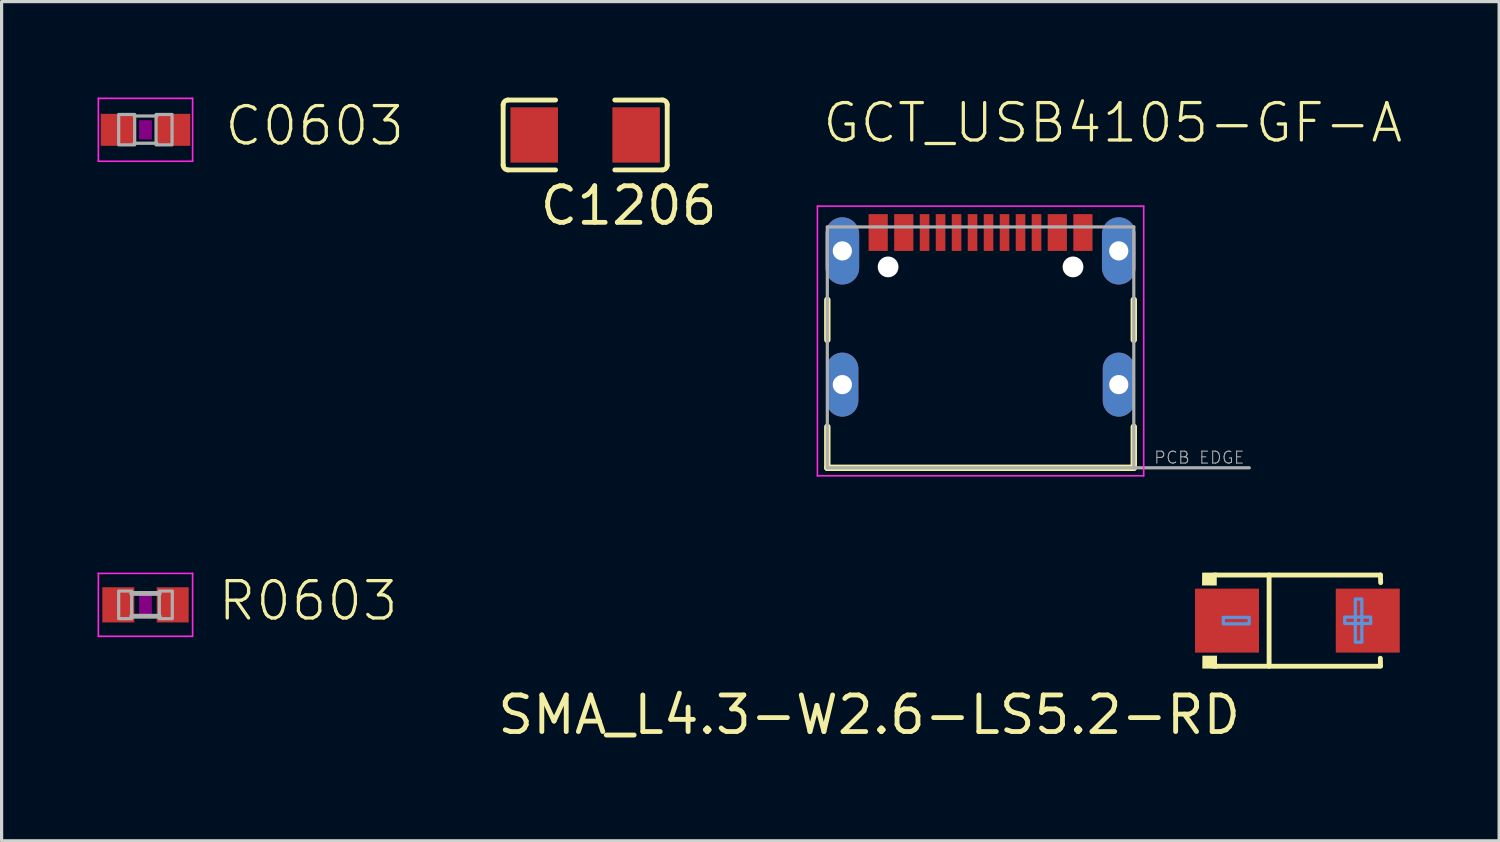
<source format=kicad_pcb>
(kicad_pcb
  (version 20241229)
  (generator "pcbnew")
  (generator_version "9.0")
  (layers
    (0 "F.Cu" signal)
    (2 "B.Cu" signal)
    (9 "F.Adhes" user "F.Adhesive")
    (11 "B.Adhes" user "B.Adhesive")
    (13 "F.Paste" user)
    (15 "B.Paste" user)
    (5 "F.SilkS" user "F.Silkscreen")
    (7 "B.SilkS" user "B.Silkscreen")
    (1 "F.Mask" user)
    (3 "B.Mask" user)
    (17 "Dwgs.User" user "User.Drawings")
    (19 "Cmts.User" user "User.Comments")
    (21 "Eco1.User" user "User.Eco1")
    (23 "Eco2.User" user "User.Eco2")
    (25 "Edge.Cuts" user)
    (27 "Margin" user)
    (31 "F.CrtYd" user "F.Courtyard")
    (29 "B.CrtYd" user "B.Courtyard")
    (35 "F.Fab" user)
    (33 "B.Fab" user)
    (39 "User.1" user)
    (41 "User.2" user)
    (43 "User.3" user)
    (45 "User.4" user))
  (footprint "C0603"
    (layer "F.Cu")
    (at 1.498 1.008)
    (property "Reference" "C0603" (at 2.413 0.559 0) (layer "F.SilkS") (effects (font (size 1.168 1.168) (thickness 0.102)) (justify left bottom)))
    (fp_poly (pts (xy -0.2 0.3) (xy 0.2 0.3) (xy 0.2 -0.3) (xy -0.2 -0.3)) (stroke (width 0) (type solid)) (fill yes) (layer "F.Adhes"))
    (fp_line (start -1.473 -0.983) (end 1.473 -0.983) (stroke (width 0.051) (type solid)) (layer "F.CrtYd"))
    (fp_line (start -1.473 0.983) (end -1.473 -0.983) (stroke (width 0.051) (type solid)) (layer "F.CrtYd"))
    (fp_line (start 1.473 -0.983) (end 1.473 0.983) (stroke (width 0.051) (type solid)) (layer "F.CrtYd"))
    (fp_line (start 1.473 0.983) (end -1.473 0.983) (stroke (width 0.051) (type solid)) (layer "F.CrtYd"))
    (fp_line (start -0.356 -0.432) (end 0.356 -0.432) (stroke (width 0.102) (type solid)) (layer "F.Fab"))
    (fp_line (start -0.356 0.419) (end 0.356 0.419) (stroke (width 0.102) (type solid)) (layer "F.Fab"))
    (fp_poly (pts (xy -0.838 0.47) (xy -0.338 0.47) (xy -0.338 -0.48) (xy -0.838 -0.48)) (stroke (width 0.1) (type solid)) (fill no) (layer "F.Fab"))
    (fp_poly (pts (xy 0.33 0.47) (xy 0.83 0.47) (xy 0.83 -0.48) (xy 0.33 -0.48)) (stroke (width 0.1) (type solid)) (fill no) (layer "F.Fab"))
    (pad "1" smd rect (at -0.85 0) (size 1.1 1) (layers "F.Cu" "F.Mask" "F.Paste"))
    (pad "2" smd rect (at 0.85 0) (size 1.1 1) (layers "F.Cu" "F.Mask" "F.Paste")))
  (footprint "SMA_L4.3-W2.6-LS5.2-RD"
    (layer "F.Cu")
    (at 37.505 16.35)
    (property "Reference" "SMA_L4.3-W2.6-LS5.2-RD" (at -1.692 2.946 180) (layer "F.SilkS") (effects (font (size 1.143 1.143) (thickness 0.152)) (justify right)))
    (attr smd)
    (fp_line (start -2.596 -1.426) (end 2.596 -1.426) (stroke (width 0.152) (type solid)) (layer "F.SilkS"))
    (fp_line (start -2.596 1.426) (end 2.596 1.426) (stroke (width 0.152) (type solid)) (layer "F.SilkS"))
    (fp_line (start -0.884 -1.426) (end -0.884 1.426) (stroke (width 0.152) (type solid)) (layer "F.SilkS"))
    (fp_line (start 2.593 1.176) (end 2.6 1.415) (stroke (width 0.152) (type solid)) (layer "F.SilkS"))
    (fp_line (start 2.596 -1.426) (end 2.603 -1.187) (stroke (width 0.152) (type solid)) (layer "F.SilkS"))
    (fp_poly (pts (xy -2.52 -1.502) (xy -2.521 -1.096) (xy -2.981 -1.1) (xy -2.977 -1.502)) (stroke (width 0) (type solid)) (fill yes) (layer "F.SilkS"))
    (fp_poly (pts (xy -2.512 1.096) (xy -2.513 1.503) (xy -2.973 1.498) (xy -2.969 1.096)) (stroke (width 0) (type solid)) (fill yes) (layer "F.SilkS"))
    (fp_poly (pts (xy -2.317 0.101) (xy -2.317 -0.101) (xy -1.507 -0.101) (xy -1.507 0.101)) (stroke (width 0.1) (type solid)) (fill no) (layer "Cmts.User"))
    (fp_poly (pts (xy 2.014 0.675) (xy 2.014 -0.675) (xy 1.811 -0.675) (xy 1.811 0.675)) (stroke (width 0.1) (type solid)) (fill no) (layer "Cmts.User"))
    (fp_poly (pts (xy 2.29 0.09) (xy 2.29 -0.112) (xy 1.48 -0.112) (xy 1.48 0.09)) (stroke (width 0.1) (type solid)) (fill no) (layer "Cmts.User"))
    (pad "1" smd rect (at -2.2 0 180) (size 2 2) (layers "F.Cu" "F.Mask" "F.Paste"))
    (pad "2" smd rect (at 2.2 0 180) (size 2 2) (layers "F.Cu" "F.Mask" "F.Paste")))
  (footprint "R0603"
    (layer "F.Cu")
    (at 1.498 15.857)
    (property "Reference" "R0603" (at 2.21 0.559 0) (layer "F.SilkS") (effects (font (size 1.168 1.168) (thickness 0.102)) (justify left bottom)))
    (fp_poly (pts (xy -0.2 0.4) (xy 0.2 0.4) (xy 0.2 -0.4) (xy -0.2 -0.4)) (stroke (width 0) (type solid)) (fill yes) (layer "F.Adhes"))
    (fp_line (start -1.473 -0.983) (end 1.473 -0.983) (stroke (width 0.051) (type solid)) (layer "F.CrtYd"))
    (fp_line (start -1.473 0.983) (end -1.473 -0.983) (stroke (width 0.051) (type solid)) (layer "F.CrtYd"))
    (fp_line (start 1.473 -0.983) (end 1.473 0.983) (stroke (width 0.051) (type solid)) (layer "F.CrtYd"))
    (fp_line (start 1.473 0.983) (end -1.473 0.983) (stroke (width 0.051) (type solid)) (layer "F.CrtYd"))
    (fp_line (start -0.432 0.356) (end 0.432 0.356) (stroke (width 0.152) (type solid)) (layer "F.Fab"))
    (fp_line (start 0.432 -0.356) (end -0.432 -0.356) (stroke (width 0.152) (type solid)) (layer "F.Fab"))
    (fp_poly (pts (xy -0.838 0.432) (xy -0.432 0.432) (xy -0.432 -0.432) (xy -0.838 -0.432)) (stroke (width 0.1) (type solid)) (fill no) (layer "F.Fab"))
    (fp_poly (pts (xy 0.432 0.432) (xy 0.838 0.432) (xy 0.838 -0.432) (xy 0.432 -0.432)) (stroke (width 0.1) (type solid)) (fill no) (layer "F.Fab"))
    (pad "1" smd rect (at -0.85 0) (size 1 1.1) (layers "F.Cu" "F.Mask" "F.Paste"))
    (pad "2" smd rect (at 0.85 0) (size 1 1.1) (layers "F.Cu" "F.Mask" "F.Paste")))
  (footprint "C1206"
    (layer "F.Cu")
    (at 15.242 1.169)
    (property "Reference" "C1206" (at -1.49 2.21 0) (layer "F.SilkS") (effects (font (size 1.143 1.143) (thickness 0.152)) (justify left)))
    (attr smd)
    (fp_line (start -2.564 0.94) (end -2.564 -0.94) (stroke (width 0.152) (type solid)) (layer "F.SilkS"))
    (fp_line (start -2.411 -1.093) (end -0.926 -1.093) (stroke (width 0.152) (type solid)) (layer "F.SilkS"))
    (fp_line (start -0.926 1.093) (end -2.411 1.093) (stroke (width 0.152) (type solid)) (layer "F.SilkS"))
    (fp_line (start 0.926 1.093) (end 2.411 1.093) (stroke (width 0.152) (type solid)) (layer "F.SilkS"))
    (fp_line (start 2.411 -1.093) (end 0.926 -1.093) (stroke (width 0.152) (type solid)) (layer "F.SilkS"))
    (fp_line (start 2.564 0.94) (end 2.564 -0.94) (stroke (width 0.152) (type solid)) (layer "F.SilkS"))
    (fp_arc (start -2.564 -0.94) (mid -2.519187 -1.048187) (end -2.411 -1.093) (stroke (width 0.152) (type solid)) (layer "F.SilkS"))
    (fp_arc (start -2.411 1.093) (mid -2.519187 1.048187) (end -2.564 0.94) (stroke (width 0.152) (type solid)) (layer "F.SilkS"))
    (fp_arc (start 2.411 -1.093) (mid 2.519187 -1.048187) (end 2.564 -0.94) (stroke (width 0.152) (type solid)) (layer "F.SilkS"))
    (fp_arc (start 2.564 0.94) (mid 2.519187 1.048187) (end 2.411 1.093) (stroke (width 0.152) (type solid)) (layer "F.SilkS"))
    (fp_poly (pts (xy -0.85 0.764) (xy -0.85 0.394) (xy -0.95 0.294) (xy -1.255 0.294) (xy -1.355 0.194) (xy -1.355 -0.194) (xy -1.255 -0.294) (xy -0.95 -0.294) (xy -0.85 -0.394) (xy -0.85 -0.764) (xy -0.95 -0.864) (xy -2.235 -0.864) (xy -2.335 -0.764) (xy -2.335 0.764) (xy -2.235 0.864) (xy -0.95 0.864)) (stroke (width 0) (type solid)) (fill yes) (layer "F.Paste"))
    (fp_poly (pts (xy 0.85 0.764) (xy 0.85 0.394) (xy 0.95 0.294) (xy 1.255 0.294) (xy 1.355 0.194) (xy 1.355 -0.194) (xy 1.255 -0.294) (xy 0.95 -0.294) (xy 0.85 -0.394) (xy 0.85 -0.764) (xy 0.95 -0.864) (xy 2.235 -0.864) (xy 2.335 -0.764) (xy 2.335 0.764) (xy 2.235 0.864) (xy 0.95 0.864)) (stroke (width 0) (type solid)) (fill yes) (layer "F.Paste"))
    (pad "1" smd rect (at -1.593 0) (size 1.485 1.728) (layers "F.Cu" "F.Mask" "F.Paste"))
    (pad "2" smd rect (at 1.593 0) (size 1.485 1.728) (layers "F.Cu" "F.Mask" "F.Paste")))
  (footprint "GCT_USB4105-GF-A"
    (layer "F.Cu")
    (at 27.601 8.973)
    (property "Reference" "GCT_USB4105-GF-A" (at -5 -7.5 0) (layer "F.SilkS") (effects (font (size 1.168 1.168) (thickness 0.102)) (justify left bottom)))
    (fp_line (start -4.79 -2.65) (end -4.79 -1.4) (stroke (width 0.2) (type solid)) (layer "F.SilkS"))
    (fp_line (start -4.79 1.32) (end -4.79 2.6) (stroke (width 0.2) (type solid)) (layer "F.SilkS"))
    (fp_line (start -4.79 2.6) (end 4.79 2.6) (stroke (width 0.2) (type solid)) (layer "F.SilkS"))
    (fp_line (start 4.79 -2.65) (end 4.79 -1.4) (stroke (width 0.2) (type solid)) (layer "F.SilkS"))
    (fp_line (start 4.79 2.6) (end 4.79 1.32) (stroke (width 0.2) (type solid)) (layer "F.SilkS"))
    (fp_line (start -5.1 -5.58) (end -5.1 2.85) (stroke (width 0.05) (type solid)) (layer "F.CrtYd"))
    (fp_line (start -5.1 2.85) (end 5.1 2.85) (stroke (width 0.05) (type solid)) (layer "F.CrtYd"))
    (fp_line (start 5.1 -5.58) (end -5.1 -5.58) (stroke (width 0.05) (type solid)) (layer "F.CrtYd"))
    (fp_line (start 5.1 2.85) (end 5.1 -5.58) (stroke (width 0.05) (type solid)) (layer "F.CrtYd"))
    (fp_line (start -4.79 -4.93) (end 4.79 -4.93) (stroke (width 0.1) (type solid)) (layer "F.Fab"))
    (fp_line (start -4.79 2.6) (end -4.79 -4.93) (stroke (width 0.1) (type solid)) (layer "F.Fab"))
    (fp_line (start 4.79 -4.93) (end 4.79 2.6) (stroke (width 0.1) (type solid)) (layer "F.Fab"))
    (fp_line (start 4.79 2.6) (end -4.79 2.6) (stroke (width 0.1) (type solid)) (layer "F.Fab"))
    (fp_line (start 4.8 2.6) (end 8.4 2.6) (stroke (width 0.1) (type solid)) (layer "F.Fab"))
    (fp_text user "PCB EDGE" (at 5.4 2.5 0) (layer "F.Fab") (effects (font (size 0.374 0.374) (thickness 0.033)) (justify left bottom)))
    (pad "" np_thru_hole circle (at -2.89 -3.68) (size 0.65 0.65) (drill 0.65) (layers "*.Cu" "*.Mask"))
    (pad "" np_thru_hole circle (at 2.89 -3.68) (size 0.65 0.65) (drill 0.65) (layers "*.Cu" "*.Mask"))
    (pad "A1_B12" smd rect (at -3.2 -4.755) (size 0.6 1.15) (layers "F.Cu" "F.Mask" "F.Paste"))
    (pad "A4_B9" smd rect (at -2.4 -4.755) (size 0.6 1.15) (layers "F.Cu" "F.Mask" "F.Paste"))
    (pad "A5" smd rect (at -1.25 -4.755) (size 0.3 1.15) (layers "F.Cu" "F.Mask" "F.Paste"))
    (pad "A6" smd rect (at -0.25 -4.755) (size 0.3 1.15) (layers "F.Cu" "F.Mask" "F.Paste"))
    (pad "A7" smd rect (at 0.25 -4.755) (size 0.3 1.15) (layers "F.Cu" "F.Mask" "F.Paste"))
    (pad "A8" smd rect (at 1.25 -4.755) (size 0.3 1.15) (layers "F.Cu" "F.Mask" "F.Paste"))
    (pad "B1_A12" smd rect (at 3.2 -4.755) (size 0.6 1.15) (layers "F.Cu" "F.Mask" "F.Paste"))
    (pad "B4_A9" smd rect (at 2.4 -4.755) (size 0.6 1.15) (layers "F.Cu" "F.Mask" "F.Paste"))
    (pad "B5" smd rect (at 1.75 -4.755) (size 0.3 1.15) (layers "F.Cu" "F.Mask" "F.Paste"))
    (pad "B6" smd rect (at 0.75 -4.755) (size 0.3 1.15) (layers "F.Cu" "F.Mask" "F.Paste"))
    (pad "B7" smd rect (at -0.75 -4.755) (size 0.3 1.15) (layers "F.Cu" "F.Mask" "F.Paste"))
    (pad "B8" smd rect (at -1.75 -4.755) (size 0.3 1.15) (layers "F.Cu" "F.Mask" "F.Paste"))
    (pad "S1" thru_hole oval (at -4.32 -4.18 90) (size 2.1 1.05) (drill 0.6) (layers "*.Cu" "*.Mask"))
    (pad "S2" thru_hole oval (at -4.32 0 90) (size 2 1) (drill 0.6) (layers "*.Cu" "*.Mask"))
    (pad "S3" thru_hole oval (at 4.32 0 90) (size 2 1) (drill 0.6) (layers "*.Cu" "*.Mask"))
    (pad "S4" thru_hole oval (at 4.32 -4.18 90) (size 2.1 1.05) (drill 0.6) (layers "*.Cu" "*.Mask")))
  (gr_rect
    (start -3 -3)
    (end 43.811 23.232)
    (stroke (width 0.1) (type default))
    (fill no)
    (layer "Edge.Cuts")))
</source>
